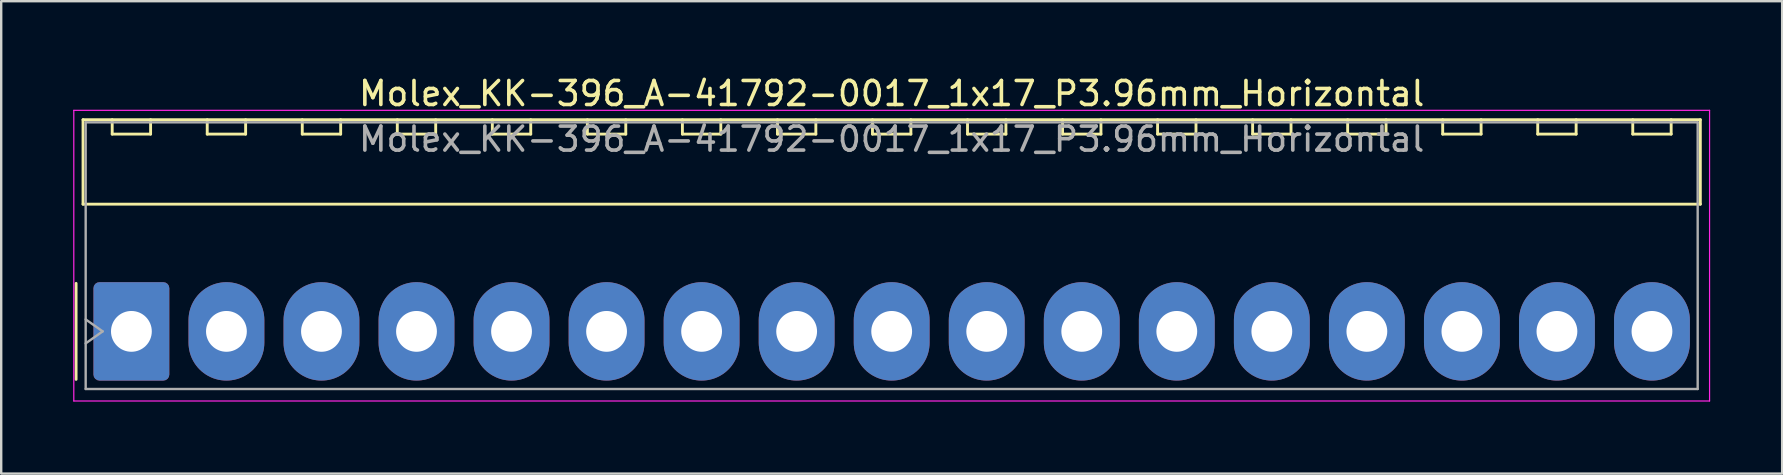
<source format=kicad_pcb>
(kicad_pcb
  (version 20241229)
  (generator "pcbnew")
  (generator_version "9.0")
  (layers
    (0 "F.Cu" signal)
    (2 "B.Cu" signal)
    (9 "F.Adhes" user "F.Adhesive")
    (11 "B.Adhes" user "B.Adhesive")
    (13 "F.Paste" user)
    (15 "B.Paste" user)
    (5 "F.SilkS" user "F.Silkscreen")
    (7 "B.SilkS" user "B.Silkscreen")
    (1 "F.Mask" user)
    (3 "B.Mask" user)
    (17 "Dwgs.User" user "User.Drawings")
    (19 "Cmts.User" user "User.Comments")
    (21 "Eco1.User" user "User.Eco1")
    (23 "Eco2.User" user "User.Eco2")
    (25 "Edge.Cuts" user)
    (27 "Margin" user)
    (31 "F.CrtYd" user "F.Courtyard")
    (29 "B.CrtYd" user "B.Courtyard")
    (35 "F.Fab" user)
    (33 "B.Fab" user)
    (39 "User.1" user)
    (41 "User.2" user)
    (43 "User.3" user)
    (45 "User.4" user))
  (footprint "Molex_KK-396_A-41792-0017_1x17_P3.96mm_Horizontal"
    (layer "F.Cu")
    (at 2.425 10.758)
    (property "Reference" "Molex_KK-396_A-41792-0017_1x17_P3.96mm_Horizontal" (at 31.68 -9.91 0) (layer "F.SilkS") (effects (font (size 1 1) (thickness 0.15))))
    (attr through_hole)
    (fp_line (start -2.305 -2) (end -2.305 2) (stroke (width 0.12) (type solid)) (layer "F.SilkS"))
    (fp_line (start -2.015 -8.82) (end 65.375 -8.82) (stroke (width 0.12) (type solid)) (layer "F.SilkS"))
    (fp_line (start -2.015 -5.3) (end -2.015 -8.82) (stroke (width 0.12) (type solid)) (layer "F.SilkS"))
    (fp_line (start -0.8 -8.82) (end -0.8 -8.22) (stroke (width 0.12) (type solid)) (layer "F.SilkS"))
    (fp_line (start -0.8 -8.22) (end 0.8 -8.22) (stroke (width 0.12) (type solid)) (layer "F.SilkS"))
    (fp_line (start 0.8 -8.22) (end 0.8 -8.82) (stroke (width 0.12) (type solid)) (layer "F.SilkS"))
    (fp_line (start 3.16 -8.82) (end 3.16 -8.22) (stroke (width 0.12) (type solid)) (layer "F.SilkS"))
    (fp_line (start 3.16 -8.22) (end 4.76 -8.22) (stroke (width 0.12) (type solid)) (layer "F.SilkS"))
    (fp_line (start 4.76 -8.22) (end 4.76 -8.82) (stroke (width 0.12) (type solid)) (layer "F.SilkS"))
    (fp_line (start 7.12 -8.82) (end 7.12 -8.22) (stroke (width 0.12) (type solid)) (layer "F.SilkS"))
    (fp_line (start 7.12 -8.22) (end 8.72 -8.22) (stroke (width 0.12) (type solid)) (layer "F.SilkS"))
    (fp_line (start 8.72 -8.22) (end 8.72 -8.82) (stroke (width 0.12) (type solid)) (layer "F.SilkS"))
    (fp_line (start 11.08 -8.82) (end 11.08 -8.22) (stroke (width 0.12) (type solid)) (layer "F.SilkS"))
    (fp_line (start 11.08 -8.22) (end 12.68 -8.22) (stroke (width 0.12) (type solid)) (layer "F.SilkS"))
    (fp_line (start 12.68 -8.22) (end 12.68 -8.82) (stroke (width 0.12) (type solid)) (layer "F.SilkS"))
    (fp_line (start 15.04 -8.82) (end 15.04 -8.22) (stroke (width 0.12) (type solid)) (layer "F.SilkS"))
    (fp_line (start 15.04 -8.22) (end 16.64 -8.22) (stroke (width 0.12) (type solid)) (layer "F.SilkS"))
    (fp_line (start 16.64 -8.22) (end 16.64 -8.82) (stroke (width 0.12) (type solid)) (layer "F.SilkS"))
    (fp_line (start 19 -8.82) (end 19 -8.22) (stroke (width 0.12) (type solid)) (layer "F.SilkS"))
    (fp_line (start 19 -8.22) (end 20.6 -8.22) (stroke (width 0.12) (type solid)) (layer "F.SilkS"))
    (fp_line (start 20.6 -8.22) (end 20.6 -8.82) (stroke (width 0.12) (type solid)) (layer "F.SilkS"))
    (fp_line (start 22.96 -8.82) (end 22.96 -8.22) (stroke (width 0.12) (type solid)) (layer "F.SilkS"))
    (fp_line (start 22.96 -8.22) (end 24.56 -8.22) (stroke (width 0.12) (type solid)) (layer "F.SilkS"))
    (fp_line (start 24.56 -8.22) (end 24.56 -8.82) (stroke (width 0.12) (type solid)) (layer "F.SilkS"))
    (fp_line (start 26.92 -8.82) (end 26.92 -8.22) (stroke (width 0.12) (type solid)) (layer "F.SilkS"))
    (fp_line (start 26.92 -8.22) (end 28.52 -8.22) (stroke (width 0.12) (type solid)) (layer "F.SilkS"))
    (fp_line (start 28.52 -8.22) (end 28.52 -8.82) (stroke (width 0.12) (type solid)) (layer "F.SilkS"))
    (fp_line (start 30.88 -8.82) (end 30.88 -8.22) (stroke (width 0.12) (type solid)) (layer "F.SilkS"))
    (fp_line (start 30.88 -8.22) (end 32.48 -8.22) (stroke (width 0.12) (type solid)) (layer "F.SilkS"))
    (fp_line (start 32.48 -8.22) (end 32.48 -8.82) (stroke (width 0.12) (type solid)) (layer "F.SilkS"))
    (fp_line (start 34.84 -8.82) (end 34.84 -8.22) (stroke (width 0.12) (type solid)) (layer "F.SilkS"))
    (fp_line (start 34.84 -8.22) (end 36.44 -8.22) (stroke (width 0.12) (type solid)) (layer "F.SilkS"))
    (fp_line (start 36.44 -8.22) (end 36.44 -8.82) (stroke (width 0.12) (type solid)) (layer "F.SilkS"))
    (fp_line (start 38.8 -8.82) (end 38.8 -8.22) (stroke (width 0.12) (type solid)) (layer "F.SilkS"))
    (fp_line (start 38.8 -8.22) (end 40.4 -8.22) (stroke (width 0.12) (type solid)) (layer "F.SilkS"))
    (fp_line (start 40.4 -8.22) (end 40.4 -8.82) (stroke (width 0.12) (type solid)) (layer "F.SilkS"))
    (fp_line (start 42.76 -8.82) (end 42.76 -8.22) (stroke (width 0.12) (type solid)) (layer "F.SilkS"))
    (fp_line (start 42.76 -8.22) (end 44.36 -8.22) (stroke (width 0.12) (type solid)) (layer "F.SilkS"))
    (fp_line (start 44.36 -8.22) (end 44.36 -8.82) (stroke (width 0.12) (type solid)) (layer "F.SilkS"))
    (fp_line (start 46.72 -8.82) (end 46.72 -8.22) (stroke (width 0.12) (type solid)) (layer "F.SilkS"))
    (fp_line (start 46.72 -8.22) (end 48.32 -8.22) (stroke (width 0.12) (type solid)) (layer "F.SilkS"))
    (fp_line (start 48.32 -8.22) (end 48.32 -8.82) (stroke (width 0.12) (type solid)) (layer "F.SilkS"))
    (fp_line (start 50.68 -8.82) (end 50.68 -8.22) (stroke (width 0.12) (type solid)) (layer "F.SilkS"))
    (fp_line (start 50.68 -8.22) (end 52.28 -8.22) (stroke (width 0.12) (type solid)) (layer "F.SilkS"))
    (fp_line (start 52.28 -8.22) (end 52.28 -8.82) (stroke (width 0.12) (type solid)) (layer "F.SilkS"))
    (fp_line (start 54.64 -8.82) (end 54.64 -8.22) (stroke (width 0.12) (type solid)) (layer "F.SilkS"))
    (fp_line (start 54.64 -8.22) (end 56.24 -8.22) (stroke (width 0.12) (type solid)) (layer "F.SilkS"))
    (fp_line (start 56.24 -8.22) (end 56.24 -8.82) (stroke (width 0.12) (type solid)) (layer "F.SilkS"))
    (fp_line (start 58.6 -8.82) (end 58.6 -8.22) (stroke (width 0.12) (type solid)) (layer "F.SilkS"))
    (fp_line (start 58.6 -8.22) (end 60.2 -8.22) (stroke (width 0.12) (type solid)) (layer "F.SilkS"))
    (fp_line (start 60.2 -8.22) (end 60.2 -8.82) (stroke (width 0.12) (type solid)) (layer "F.SilkS"))
    (fp_line (start 62.56 -8.82) (end 62.56 -8.22) (stroke (width 0.12) (type solid)) (layer "F.SilkS"))
    (fp_line (start 62.56 -8.22) (end 64.16 -8.22) (stroke (width 0.12) (type solid)) (layer "F.SilkS"))
    (fp_line (start 64.16 -8.22) (end 64.16 -8.82) (stroke (width 0.12) (type solid)) (layer "F.SilkS"))
    (fp_line (start 65.375 -8.82) (end 65.375 -5.3) (stroke (width 0.12) (type solid)) (layer "F.SilkS"))
    (fp_line (start 65.375 -5.3) (end -2.015 -5.3) (stroke (width 0.12) (type solid)) (layer "F.SilkS"))
    (fp_line (start -2.4 -9.21) (end -2.4 2.9) (stroke (width 0.05) (type solid)) (layer "F.CrtYd"))
    (fp_line (start -2.4 2.9) (end 65.76 2.9) (stroke (width 0.05) (type solid)) (layer "F.CrtYd"))
    (fp_line (start 65.76 -9.21) (end -2.4 -9.21) (stroke (width 0.05) (type solid)) (layer "F.CrtYd"))
    (fp_line (start 65.76 2.9) (end 65.76 -9.21) (stroke (width 0.05) (type solid)) (layer "F.CrtYd"))
    (fp_line (start -1.905 -8.71) (end 65.265 -8.71) (stroke (width 0.1) (type solid)) (layer "F.Fab"))
    (fp_line (start -1.905 -0.5) (end -1.198 0) (stroke (width 0.1) (type solid)) (layer "F.Fab"))
    (fp_line (start -1.905 2.4) (end -1.905 -8.71) (stroke (width 0.1) (type solid)) (layer "F.Fab"))
    (fp_line (start -1.198 0) (end -1.905 0.5) (stroke (width 0.1) (type solid)) (layer "F.Fab"))
    (fp_line (start 65.265 -8.71) (end 65.265 2.4) (stroke (width 0.1) (type solid)) (layer "F.Fab"))
    (fp_line (start 65.265 2.4) (end -1.905 2.4) (stroke (width 0.1) (type solid)) (layer "F.Fab"))
    (fp_text user "${REFERENCE}" (at 31.68 -8.01 0) (layer "F.Fab") (effects (font (size 1 1) (thickness 0.15))))
    (pad "1" thru_hole roundrect (at 0 0) (size 3.16 4.1) (drill 1.7) (layers "*.Cu" "*.Mask") (roundrect_rratio 0.079))
    (pad "2" thru_hole oval (at 3.96 0) (size 3.16 4.1) (drill 1.7) (layers "*.Cu" "*.Mask"))
    (pad "3" thru_hole oval (at 7.92 0) (size 3.16 4.1) (drill 1.7) (layers "*.Cu" "*.Mask"))
    (pad "4" thru_hole oval (at 11.88 0) (size 3.16 4.1) (drill 1.7) (layers "*.Cu" "*.Mask"))
    (pad "5" thru_hole oval (at 15.84 0) (size 3.16 4.1) (drill 1.7) (layers "*.Cu" "*.Mask"))
    (pad "6" thru_hole oval (at 19.8 0) (size 3.16 4.1) (drill 1.7) (layers "*.Cu" "*.Mask"))
    (pad "7" thru_hole oval (at 23.76 0) (size 3.16 4.1) (drill 1.7) (layers "*.Cu" "*.Mask"))
    (pad "8" thru_hole oval (at 27.72 0) (size 3.16 4.1) (drill 1.7) (layers "*.Cu" "*.Mask"))
    (pad "9" thru_hole oval (at 31.68 0) (size 3.16 4.1) (drill 1.7) (layers "*.Cu" "*.Mask"))
    (pad "10" thru_hole oval (at 35.64 0) (size 3.16 4.1) (drill 1.7) (layers "*.Cu" "*.Mask"))
    (pad "11" thru_hole oval (at 39.6 0) (size 3.16 4.1) (drill 1.7) (layers "*.Cu" "*.Mask"))
    (pad "12" thru_hole oval (at 43.56 0) (size 3.16 4.1) (drill 1.7) (layers "*.Cu" "*.Mask"))
    (pad "13" thru_hole oval (at 47.52 0) (size 3.16 4.1) (drill 1.7) (layers "*.Cu" "*.Mask"))
    (pad "14" thru_hole oval (at 51.48 0) (size 3.16 4.1) (drill 1.7) (layers "*.Cu" "*.Mask"))
    (pad "15" thru_hole oval (at 55.44 0) (size 3.16 4.1) (drill 1.7) (layers "*.Cu" "*.Mask"))
    (pad "16" thru_hole oval (at 59.4 0) (size 3.16 4.1) (drill 1.7) (layers "*.Cu" "*.Mask"))
    (pad "17" thru_hole oval (at 63.36 0) (size 3.16 4.1) (drill 1.7) (layers "*.Cu" "*.Mask")))
  (gr_rect
    (start -3 -3)
    (end 71.21 16.683)
    (stroke (width 0.1) (type default))
    (fill no)
    (layer "Edge.Cuts")))
</source>
